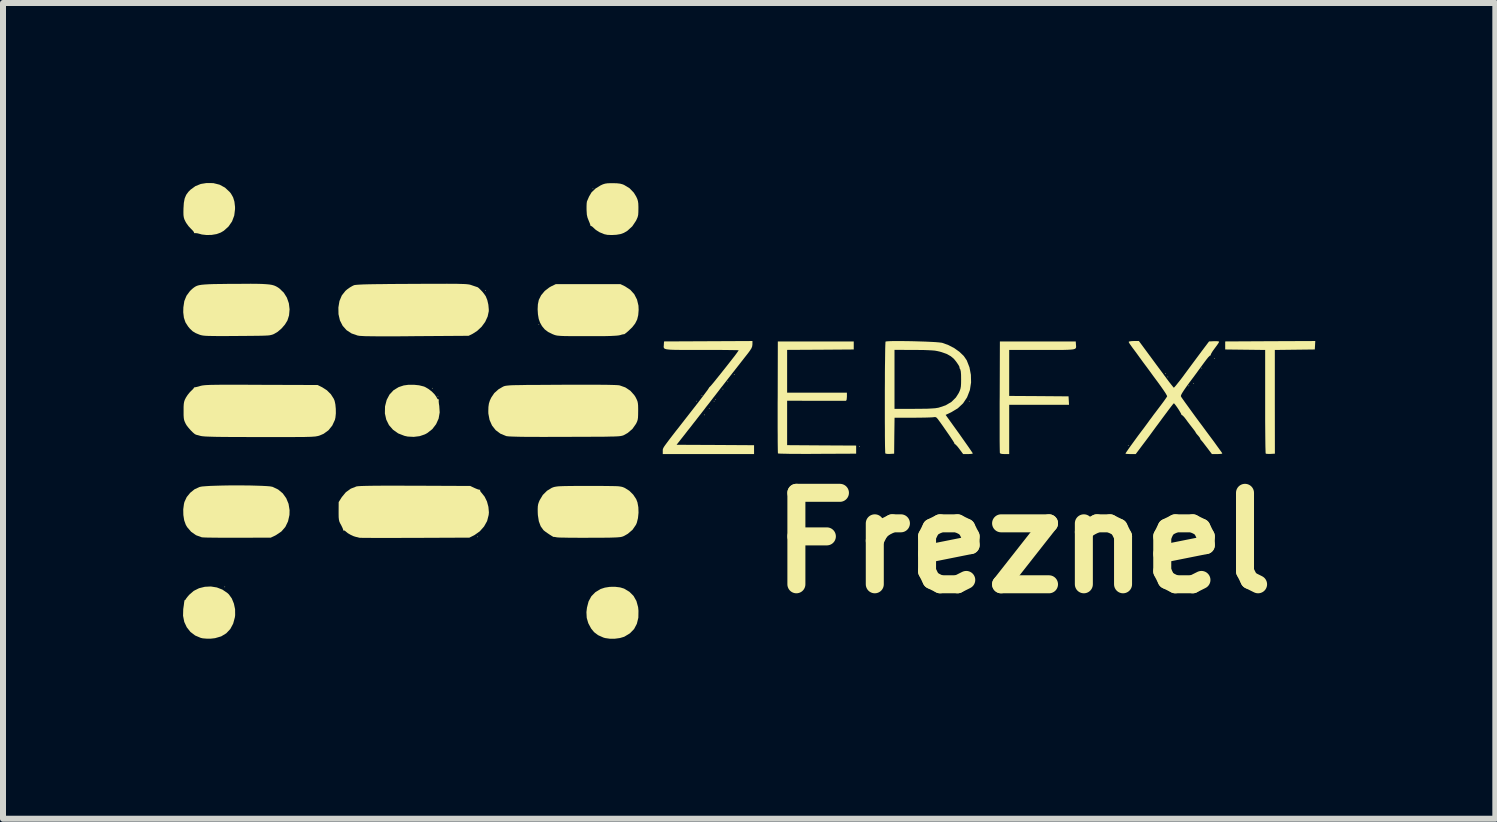
<source format=kicad_pcb>
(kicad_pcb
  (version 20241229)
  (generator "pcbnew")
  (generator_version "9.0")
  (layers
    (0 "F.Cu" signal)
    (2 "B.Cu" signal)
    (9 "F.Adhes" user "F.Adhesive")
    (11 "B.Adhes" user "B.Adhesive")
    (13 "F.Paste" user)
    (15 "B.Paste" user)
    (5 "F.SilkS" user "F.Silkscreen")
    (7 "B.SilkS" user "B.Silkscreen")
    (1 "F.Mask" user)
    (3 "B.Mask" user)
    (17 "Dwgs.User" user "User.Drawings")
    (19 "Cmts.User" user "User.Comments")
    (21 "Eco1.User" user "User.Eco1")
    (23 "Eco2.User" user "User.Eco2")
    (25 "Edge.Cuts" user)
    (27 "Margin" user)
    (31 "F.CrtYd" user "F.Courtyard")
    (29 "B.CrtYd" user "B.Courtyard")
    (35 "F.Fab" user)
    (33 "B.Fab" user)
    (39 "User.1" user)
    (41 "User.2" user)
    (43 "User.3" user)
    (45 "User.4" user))
  (footprint "Freznel"
    (layer "F.Cu")
    (at 9.675 3.964)
    (property "Reference" "Freznel" (at 4.318 2.032 0) (layer "F.SilkS") (effects (font (size 1.524 1.524) (thickness 0.3))))
    (attr board_only exclude_from_pos_files exclude_from_bom)
    (fp_poly (pts (xy -8.973 2.765) (xy -8.98 2.771) (xy -8.987 2.765) (xy -8.98 2.758)) (stroke (width 0) (type solid)) (fill yes) (layer "F.SilkS"))
    (fp_poly (pts (xy -5.516 -0.545) (xy -5.523 -0.538) (xy -5.529 -0.545) (xy -5.523 -0.552)) (stroke (width 0) (type solid)) (fill yes) (layer "F.SilkS"))
    (fp_poly (pts (xy -5.422 -0.41) (xy -5.428 -0.404) (xy -5.435 -0.41) (xy -5.428 -0.417)) (stroke (width 0) (type solid)) (fill yes) (layer "F.SilkS"))
    (fp_poly (pts (xy -4.763 1.931) (xy -4.769 1.937) (xy -4.776 1.931) (xy -4.769 1.924)) (stroke (width 0) (type solid)) (fill yes) (layer "F.SilkS"))
    (fp_poly (pts (xy -4.628 -2.173) (xy -4.635 -2.166) (xy -4.641 -2.173) (xy -4.635 -2.179)) (stroke (width 0) (type solid)) (fill yes) (layer "F.SilkS"))
    (fp_poly (pts (xy -3.74 -1.608) (xy -3.747 -1.601) (xy -3.753 -1.608) (xy -3.747 -1.614)) (stroke (width 0) (type solid)) (fill yes) (layer "F.SilkS"))
    (fp_poly (pts (xy -2.839 -3.868) (xy -2.845 -3.861) (xy -2.852 -3.868) (xy -2.845 -3.875)) (stroke (width 0) (type solid)) (fill yes) (layer "F.SilkS"))
    (fp_poly (pts (xy -1.117 -0.33) (xy -1.123 -0.323) (xy -1.13 -0.33) (xy -1.123 -0.336)) (stroke (width 0) (type solid)) (fill yes) (layer "F.SilkS"))
    (fp_poly (pts (xy -1.022 -0.424) (xy -1.029 -0.417) (xy -1.036 -0.424) (xy -1.029 -0.431)) (stroke (width 0) (type solid)) (fill yes) (layer "F.SilkS"))
    (fp_poly (pts (xy -0.982 -0.101) (xy -0.989 -0.094) (xy -0.996 -0.101) (xy -0.989 -0.108)) (stroke (width 0) (type solid)) (fill yes) (layer "F.SilkS"))
    (fp_poly (pts (xy -0.901 -0.209) (xy -0.908 -0.202) (xy -0.915 -0.209) (xy -0.908 -0.215)) (stroke (width 0) (type solid)) (fill yes) (layer "F.SilkS"))
    (fp_poly (pts (xy -0.821 -0.33) (xy -0.827 -0.323) (xy -0.834 -0.33) (xy -0.827 -0.336)) (stroke (width 0) (type solid)) (fill yes) (layer "F.SilkS"))
    (fp_poly (pts (xy -0.794 -0.357) (xy -0.8 -0.35) (xy -0.807 -0.357) (xy -0.8 -0.363)) (stroke (width 0) (type solid)) (fill yes) (layer "F.SilkS"))
    (fp_poly (pts (xy -0.673 -0.531) (xy -0.679 -0.525) (xy -0.686 -0.531) (xy -0.679 -0.538)) (stroke (width 0) (type solid)) (fill yes) (layer "F.SilkS"))
    (fp_poly (pts (xy -0.592 -0.652) (xy -0.599 -0.646) (xy -0.605 -0.652) (xy -0.599 -0.659)) (stroke (width 0) (type solid)) (fill yes) (layer "F.SilkS"))
    (fp_poly (pts (xy -0.484 -0.774) (xy -0.491 -0.767) (xy -0.498 -0.774) (xy -0.491 -0.78)) (stroke (width 0) (type solid)) (fill yes) (layer "F.SilkS"))
    (fp_poly (pts (xy 1.601 0.424) (xy 1.594 0.431) (xy 1.587 0.424) (xy 1.594 0.417)) (stroke (width 0) (type solid)) (fill yes) (layer "F.SilkS"))
    (fp_poly (pts (xy 3.431 -0.33) (xy 3.424 -0.323) (xy 3.417 -0.33) (xy 3.424 -0.336)) (stroke (width 0) (type solid)) (fill yes) (layer "F.SilkS"))
    (fp_poly (pts (xy 6.081 0.41) (xy 6.074 0.417) (xy 6.067 0.41) (xy 6.074 0.404)) (stroke (width 0) (type solid)) (fill yes) (layer "F.SilkS"))
    (fp_poly (pts (xy 6.7 -0.787) (xy 6.693 -0.78) (xy 6.686 -0.787) (xy 6.693 -0.794)) (stroke (width 0) (type solid)) (fill yes) (layer "F.SilkS"))
    (fp_poly (pts (xy 6.74 -0.733) (xy 6.733 -0.726) (xy 6.727 -0.733) (xy 6.733 -0.74)) (stroke (width 0) (type solid)) (fill yes) (layer "F.SilkS"))
    (fp_poly (pts (xy 7.09 -0.585) (xy 7.083 -0.578) (xy 7.076 -0.585) (xy 7.083 -0.592)) (stroke (width 0) (type solid)) (fill yes) (layer "F.SilkS"))
    (fp_poly (pts (xy 7.171 -0.626) (xy 7.164 -0.619) (xy 7.157 -0.626) (xy 7.164 -0.632)) (stroke (width 0) (type solid)) (fill yes) (layer "F.SilkS"))
    (fp_poly (pts (xy 7.305 -0.881) (xy 7.298 -0.874) (xy 7.292 -0.881) (xy 7.298 -0.888)) (stroke (width 0) (type solid)) (fill yes) (layer "F.SilkS"))
    (fp_poly (pts (xy 7.52 -1.043) (xy 7.514 -1.036) (xy 7.507 -1.043) (xy 7.514 -1.049)) (stroke (width 0) (type solid)) (fill yes) (layer "F.SilkS"))
    (fp_poly (pts (xy 9.186 -1.261) (xy 9.182 -1.191) (xy 8.516 -1.183) (xy 8.516 -0.319) (xy 8.517 0.545) (xy 8.445 0.549) (xy 8.403 0.549) (xy 8.373 0.547) (xy 8.364 0.543) (xy 8.362 0.528) (xy 8.361 0.489) (xy 8.359 0.427) (xy 8.358 0.346) (xy 8.357 0.246) (xy 8.356 0.131) (xy 8.355 0.003) (xy 8.355 -0.136) (xy 8.355 -0.284) (xy 8.355 -0.325) (xy 8.355 -1.183) (xy 8.022 -1.187) (xy 7.689 -1.191) (xy 7.689 -1.325) (xy 8.439 -1.329) (xy 9.19 -1.332)) (stroke (width 0) (type solid)) (fill yes) (layer "F.SilkS"))
    (fp_poly (pts (xy -2.393 2.773) (xy -2.327 2.793) (xy -2.237 2.847) (xy -2.169 2.915) (xy -2.121 3) (xy -2.093 3.102) (xy -2.087 3.162) (xy -2.089 3.278) (xy -2.114 3.38) (xy -2.16 3.467) (xy -2.229 3.538) (xy -2.318 3.592) (xy -2.326 3.596) (xy -2.396 3.617) (xy -2.479 3.628) (xy -2.566 3.628) (xy -2.644 3.617) (xy -2.673 3.608) (xy -2.76 3.569) (xy -2.826 3.519) (xy -2.876 3.458) (xy -2.923 3.37) (xy -2.949 3.281) (xy -2.954 3.185) (xy -2.945 3.11) (xy -2.918 3.006) (xy -2.872 2.921) (xy -2.805 2.853) (xy -2.718 2.8) (xy -2.647 2.777) (xy -2.564 2.764) (xy -2.476 2.763)) (stroke (width 0) (type solid)) (fill yes) (layer "F.SilkS"))
    (fp_poly (pts (xy 5.202 -1.278) (xy 5.204 -1.255) (xy 5.205 -1.236) (xy 5.203 -1.221) (xy 5.196 -1.209) (xy 5.181 -1.2) (xy 5.156 -1.193) (xy 5.118 -1.189) (xy 5.066 -1.186) (xy 4.997 -1.184) (xy 4.908 -1.184) (xy 4.797 -1.184) (xy 4.662 -1.184) (xy 4.641 -1.184) (xy 4.09 -1.184) (xy 4.09 -0.417) (xy 4.584 -0.414) (xy 5.079 -0.41) (xy 5.083 -0.34) (xy 5.087 -0.269) (xy 4.09 -0.269) (xy 4.09 0.552) (xy 4.015 0.552) (xy 3.966 0.549) (xy 3.939 0.54) (xy 3.935 0.535) (xy 3.934 0.519) (xy 3.933 0.478) (xy 3.932 0.415) (xy 3.931 0.332) (xy 3.931 0.23) (xy 3.931 0.113) (xy 3.931 -0.017) (xy 3.931 -0.159) (xy 3.931 -0.31) (xy 3.932 -0.404) (xy 3.935 -1.325) (xy 5.199 -1.325)) (stroke (width 0) (type solid)) (fill yes) (layer "F.SilkS"))
    (fp_poly (pts (xy -9.112 2.774) (xy -9.019 2.81) (xy -8.937 2.866) (xy -8.912 2.889) (xy -8.863 2.957) (xy -8.828 3.043) (xy -8.808 3.137) (xy -8.807 3.235) (xy -8.811 3.269) (xy -8.84 3.377) (xy -8.888 3.467) (xy -8.955 3.538) (xy -9.039 3.589) (xy -9.141 3.619) (xy -9.211 3.627) (xy -9.282 3.627) (xy -9.345 3.622) (xy -9.378 3.615) (xy -9.473 3.575) (xy -9.552 3.515) (xy -9.613 3.438) (xy -9.655 3.348) (xy -9.675 3.246) (xy -9.672 3.135) (xy -9.669 3.114) (xy -9.662 3.067) (xy -9.657 3.025) (xy -9.655 3.012) (xy -9.65 2.988) (xy -9.643 2.982) (xy -9.633 2.979) (xy -9.633 2.975) (xy -9.624 2.96) (xy -9.602 2.931) (xy -9.572 2.896) (xy -9.497 2.831) (xy -9.409 2.787) (xy -9.312 2.763) (xy -9.212 2.758)) (stroke (width 0) (type solid)) (fill yes) (layer "F.SilkS"))
    (fp_poly (pts (xy -5.741 -0.594) (xy -5.665 -0.575) (xy -5.644 -0.567) (xy -5.587 -0.534) (xy -5.531 -0.491) (xy -5.483 -0.442) (xy -5.451 -0.396) (xy -5.448 -0.388) (xy -5.433 -0.364) (xy -5.419 -0.358) (xy -5.418 -0.359) (xy -5.411 -0.359) (xy -5.413 -0.352) (xy -5.416 -0.332) (xy -5.413 -0.294) (xy -5.406 -0.25) (xy -5.399 -0.142) (xy -5.417 -0.039) (xy -5.459 0.054) (xy -5.522 0.136) (xy -5.606 0.202) (xy -5.645 0.223) (xy -5.732 0.253) (xy -5.831 0.265) (xy -5.931 0.26) (xy -5.986 0.248) (xy -6.091 0.207) (xy -6.177 0.146) (xy -6.244 0.069) (xy -6.289 -0.022) (xy -6.312 -0.125) (xy -6.31 -0.237) (xy -6.309 -0.246) (xy -6.282 -0.351) (xy -6.235 -0.44) (xy -6.168 -0.512) (xy -6.083 -0.564) (xy -5.998 -0.592) (xy -5.917 -0.603) (xy -5.828 -0.603)) (stroke (width 0) (type solid)) (fill yes) (layer "F.SilkS"))
    (fp_poly (pts (xy -9.171 -3.963) (xy -9.067 -3.937) (xy -8.976 -3.888) (xy -8.899 -3.816) (xy -8.877 -3.789) (xy -8.841 -3.726) (xy -8.819 -3.654) (xy -8.809 -3.567) (xy -8.809 -3.529) (xy -8.822 -3.423) (xy -8.859 -3.324) (xy -8.918 -3.239) (xy -8.996 -3.169) (xy -9.047 -3.139) (xy -9.115 -3.114) (xy -9.198 -3.1) (xy -9.283 -3.098) (xy -9.362 -3.107) (xy -9.39 -3.115) (xy -9.432 -3.126) (xy -9.465 -3.13) (xy -9.475 -3.129) (xy -9.491 -3.13) (xy -9.491 -3.135) (xy -9.496 -3.15) (xy -9.517 -3.176) (xy -9.544 -3.203) (xy -9.585 -3.247) (xy -9.622 -3.299) (xy -9.638 -3.328) (xy -9.654 -3.362) (xy -9.663 -3.394) (xy -9.668 -3.431) (xy -9.669 -3.48) (xy -9.668 -3.538) (xy -9.662 -3.633) (xy -9.648 -3.707) (xy -9.623 -3.767) (xy -9.585 -3.819) (xy -9.55 -3.854) (xy -9.469 -3.913) (xy -9.379 -3.949) (xy -9.286 -3.964)) (stroke (width 0) (type solid)) (fill yes) (layer "F.SilkS"))
    (fp_poly (pts (xy 1.5 -1.191) (xy 0.945 -1.187) (xy 0.39 -1.184) (xy 0.39 -0.471) (xy 1.386 -0.471) (xy 1.386 -0.404) (xy 1.382 -0.357) (xy 1.373 -0.337) (xy 1.369 -0.336) (xy 1.352 -0.336) (xy 1.311 -0.336) (xy 1.25 -0.336) (xy 1.171 -0.336) (xy 1.078 -0.336) (xy 0.974 -0.336) (xy 0.871 -0.336) (xy 0.39 -0.337) (xy 0.39 0.403) (xy 0.965 0.407) (xy 1.54 0.41) (xy 1.54 0.545) (xy 0.892 0.548) (xy 0.763 0.549) (xy 0.642 0.549) (xy 0.531 0.548) (xy 0.435 0.548) (xy 0.354 0.546) (xy 0.293 0.545) (xy 0.253 0.543) (xy 0.237 0.541) (xy 0.237 0.541) (xy 0.236 0.525) (xy 0.235 0.486) (xy 0.234 0.424) (xy 0.233 0.341) (xy 0.233 0.24) (xy 0.232 0.124) (xy 0.232 -0.006) (xy 0.232 -0.148) (xy 0.232 -0.299) (xy 0.233 -0.398) (xy 0.235 -1.325) (xy 1.5 -1.325)) (stroke (width 0) (type solid)) (fill yes) (layer "F.SilkS"))
    (fp_poly (pts (xy -8.675 1.074) (xy -8.562 1.075) (xy -8.457 1.078) (xy -8.363 1.081) (xy -8.284 1.085) (xy -8.224 1.09) (xy -8.187 1.097) (xy -8.183 1.098) (xy -8.091 1.142) (xy -8.014 1.206) (xy -7.956 1.287) (xy -7.917 1.381) (xy -7.9 1.486) (xy -7.902 1.566) (xy -7.926 1.673) (xy -7.971 1.766) (xy -8.037 1.842) (xy -8.125 1.901) (xy -8.139 1.909) (xy -8.213 1.944) (xy -8.765 1.946) (xy -8.886 1.946) (xy -9 1.946) (xy -9.104 1.945) (xy -9.195 1.944) (xy -9.27 1.943) (xy -9.325 1.941) (xy -9.358 1.939) (xy -9.364 1.938) (xy -9.458 1.904) (xy -9.54 1.847) (xy -9.606 1.77) (xy -9.629 1.731) (xy -9.656 1.656) (xy -9.67 1.567) (xy -9.672 1.473) (xy -9.66 1.383) (xy -9.652 1.35) (xy -9.614 1.268) (xy -9.555 1.196) (xy -9.483 1.138) (xy -9.402 1.101) (xy -9.396 1.099) (xy -9.359 1.092) (xy -9.298 1.087) (xy -9.219 1.082) (xy -9.125 1.079) (xy -9.02 1.076) (xy -8.907 1.074) (xy -8.791 1.074)) (stroke (width 0) (type solid)) (fill yes) (layer "F.SilkS"))
    (fp_poly (pts (xy -2.311 -2.243) (xy -2.224 -2.186) (xy -2.157 -2.112) (xy -2.111 -2.022) (xy -2.087 -1.921) (xy -2.084 -1.85) (xy -2.091 -1.763) (xy -2.109 -1.69) (xy -2.142 -1.624) (xy -2.191 -1.561) (xy -2.261 -1.494) (xy -2.299 -1.463) (xy -2.319 -1.448) (xy -2.327 -1.445) (xy -2.339 -1.445) (xy -2.368 -1.438) (xy -2.39 -1.431) (xy -2.413 -1.426) (xy -2.447 -1.422) (xy -2.493 -1.419) (xy -2.554 -1.416) (xy -2.632 -1.414) (xy -2.731 -1.413) (xy -2.852 -1.413) (xy -2.945 -1.413) (xy -3.073 -1.413) (xy -3.177 -1.413) (xy -3.261 -1.414) (xy -3.326 -1.415) (xy -3.376 -1.417) (xy -3.415 -1.42) (xy -3.444 -1.423) (xy -3.467 -1.428) (xy -3.487 -1.434) (xy -3.507 -1.442) (xy -3.515 -1.445) (xy -3.591 -1.482) (xy -3.648 -1.525) (xy -3.694 -1.58) (xy -3.728 -1.641) (xy -3.749 -1.701) (xy -3.762 -1.778) (xy -3.767 -1.861) (xy -3.763 -1.942) (xy -3.749 -2.01) (xy -3.748 -2.016) (xy -3.709 -2.094) (xy -3.649 -2.166) (xy -3.574 -2.224) (xy -3.541 -2.243) (xy -3.464 -2.28) (xy -2.388 -2.28)) (stroke (width 0) (type solid)) (fill yes) (layer "F.SilkS"))
    (fp_poly (pts (xy -2.445 -3.96) (xy -2.393 -3.954) (xy -2.352 -3.943) (xy -2.327 -3.933) (xy -2.236 -3.878) (xy -2.164 -3.803) (xy -2.126 -3.741) (xy -2.107 -3.7) (xy -2.096 -3.664) (xy -2.09 -3.624) (xy -2.088 -3.569) (xy -2.088 -3.54) (xy -2.089 -3.477) (xy -2.092 -3.432) (xy -2.101 -3.396) (xy -2.117 -3.359) (xy -2.128 -3.336) (xy -2.19 -3.243) (xy -2.271 -3.169) (xy -2.33 -3.134) (xy -2.385 -3.114) (xy -2.456 -3.102) (xy -2.533 -3.098) (xy -2.605 -3.101) (xy -2.657 -3.112) (xy -2.737 -3.145) (xy -2.798 -3.184) (xy -2.831 -3.214) (xy -2.857 -3.238) (xy -2.876 -3.249) (xy -2.88 -3.249) (xy -2.888 -3.253) (xy -2.888 -3.259) (xy -2.893 -3.28) (xy -2.907 -3.316) (xy -2.918 -3.342) (xy -2.936 -3.388) (xy -2.947 -3.437) (xy -2.951 -3.501) (xy -2.952 -3.524) (xy -2.952 -3.579) (xy -2.95 -3.625) (xy -2.946 -3.655) (xy -2.945 -3.659) (xy -2.934 -3.684) (xy -2.918 -3.721) (xy -2.912 -3.736) (xy -2.869 -3.809) (xy -2.802 -3.873) (xy -2.718 -3.925) (xy -2.679 -3.943) (xy -2.643 -3.954) (xy -2.602 -3.96) (xy -2.547 -3.962) (xy -2.516 -3.962)) (stroke (width 0) (type solid)) (fill yes) (layer "F.SilkS"))
    (fp_poly (pts (xy -8.444 -2.285) (xy -8.36 -2.283) (xy -8.292 -2.279) (xy -8.237 -2.274) (xy -8.194 -2.267) (xy -8.158 -2.257) (xy -8.128 -2.244) (xy -8.101 -2.229) (xy -8.074 -2.211) (xy -8.068 -2.206) (xy -7.997 -2.138) (xy -7.945 -2.055) (xy -7.912 -1.96) (xy -7.9 -1.86) (xy -7.909 -1.759) (xy -7.936 -1.674) (xy -7.977 -1.607) (xy -8.034 -1.541) (xy -8.099 -1.485) (xy -8.157 -1.451) (xy -8.174 -1.443) (xy -8.192 -1.437) (xy -8.211 -1.432) (xy -8.236 -1.427) (xy -8.268 -1.424) (xy -8.311 -1.422) (xy -8.367 -1.42) (xy -8.439 -1.419) (xy -8.53 -1.418) (xy -8.642 -1.417) (xy -8.778 -1.416) (xy -8.916 -1.415) (xy -9.03 -1.415) (xy -9.123 -1.415) (xy -9.196 -1.416) (xy -9.254 -1.417) (xy -9.299 -1.419) (xy -9.333 -1.422) (xy -9.359 -1.426) (xy -9.381 -1.431) (xy -9.399 -1.437) (xy -9.465 -1.464) (xy -9.516 -1.495) (xy -9.561 -1.538) (xy -9.591 -1.574) (xy -9.635 -1.643) (xy -9.661 -1.72) (xy -9.672 -1.811) (xy -9.67 -1.892) (xy -9.654 -1.997) (xy -9.618 -2.086) (xy -9.561 -2.163) (xy -9.543 -2.181) (xy -9.518 -2.204) (xy -9.494 -2.223) (xy -9.47 -2.239) (xy -9.443 -2.252) (xy -9.409 -2.262) (xy -9.366 -2.269) (xy -9.311 -2.274) (xy -9.242 -2.278) (xy -9.157 -2.281) (xy -9.051 -2.282) (xy -8.923 -2.284) (xy -8.821 -2.284) (xy -8.672 -2.285) (xy -8.548 -2.286)) (stroke (width 0) (type solid)) (fill yes) (layer "F.SilkS"))
    (fp_poly (pts (xy -5.924 1.079) (xy -5.805 1.079) (xy -4.89 1.083) (xy -4.814 1.119) (xy -4.773 1.136) (xy -4.741 1.146) (xy -4.728 1.146) (xy -4.724 1.146) (xy -4.726 1.152) (xy -4.723 1.17) (xy -4.704 1.195) (xy -4.7 1.199) (xy -4.65 1.262) (xy -4.611 1.342) (xy -4.587 1.432) (xy -4.579 1.523) (xy -4.583 1.567) (xy -4.609 1.668) (xy -4.66 1.759) (xy -4.731 1.839) (xy -4.82 1.902) (xy -4.84 1.912) (xy -4.904 1.944) (xy -5.819 1.948) (xy -5.974 1.948) (xy -6.12 1.949) (xy -6.256 1.949) (xy -6.38 1.949) (xy -6.489 1.949) (xy -6.582 1.948) (xy -6.655 1.948) (xy -6.707 1.947) (xy -6.736 1.946) (xy -6.741 1.946) (xy -6.757 1.94) (xy -6.788 1.933) (xy -6.791 1.933) (xy -6.833 1.92) (xy -6.883 1.897) (xy -6.931 1.869) (xy -6.965 1.841) (xy -6.968 1.837) (xy -6.989 1.824) (xy -7.001 1.825) (xy -7.009 1.827) (xy -7.007 1.824) (xy -7.008 1.807) (xy -7.021 1.776) (xy -7.04 1.737) (xy -7.059 1.703) (xy -7.071 1.675) (xy -7.078 1.645) (xy -7.082 1.606) (xy -7.083 1.552) (xy -7.083 1.507) (xy -7.082 1.352) (xy -7.03 1.269) (xy -6.963 1.188) (xy -6.88 1.128) (xy -6.783 1.09) (xy -6.781 1.09) (xy -6.755 1.087) (xy -6.708 1.084) (xy -6.638 1.082) (xy -6.544 1.08) (xy -6.427 1.079) (xy -6.285 1.078) (xy -6.118 1.078)) (stroke (width 0) (type solid)) (fill yes) (layer "F.SilkS"))
    (fp_poly (pts (xy -5.186 -2.285) (xy -5.11 -2.285) (xy -5.049 -2.283) (xy -5.001 -2.282) (xy -4.963 -2.28) (xy -4.933 -2.277) (xy -4.91 -2.274) (xy -4.891 -2.27) (xy -4.875 -2.265) (xy -4.861 -2.26) (xy -4.817 -2.245) (xy -4.784 -2.234) (xy -4.77 -2.23) (xy -4.751 -2.217) (xy -4.722 -2.189) (xy -4.688 -2.154) (xy -4.658 -2.116) (xy -4.635 -2.083) (xy -4.632 -2.079) (xy -4.606 -2.015) (xy -4.588 -1.937) (xy -4.581 -1.859) (xy -4.581 -1.829) (xy -4.6 -1.74) (xy -4.641 -1.651) (xy -4.701 -1.569) (xy -4.775 -1.5) (xy -4.85 -1.452) (xy -4.917 -1.419) (xy -5.803 -1.413) (xy -5.99 -1.411) (xy -6.153 -1.41) (xy -6.291 -1.41) (xy -6.408 -1.41) (xy -6.506 -1.411) (xy -6.585 -1.412) (xy -6.648 -1.413) (xy -6.697 -1.416) (xy -6.733 -1.418) (xy -6.758 -1.422) (xy -6.765 -1.423) (xy -6.867 -1.458) (xy -6.951 -1.513) (xy -7.016 -1.586) (xy -7.061 -1.675) (xy -7.085 -1.779) (xy -7.087 -1.89) (xy -7.069 -1.998) (xy -7.03 -2.091) (xy -6.97 -2.167) (xy -6.94 -2.193) (xy -6.895 -2.225) (xy -6.85 -2.251) (xy -6.824 -2.263) (xy -6.806 -2.266) (xy -6.776 -2.269) (xy -6.731 -2.272) (xy -6.669 -2.275) (xy -6.59 -2.277) (xy -6.492 -2.279) (xy -6.372 -2.28) (xy -6.231 -2.282) (xy -6.066 -2.283) (xy -5.876 -2.284) (xy -5.856 -2.284) (xy -5.677 -2.285) (xy -5.522 -2.285) (xy -5.39 -2.285) (xy -5.279 -2.286)) (stroke (width 0) (type solid)) (fill yes) (layer "F.SilkS"))
    (fp_poly (pts (xy -2.786 1.083) (xy -2.677 1.083) (xy -2.588 1.084) (xy -2.519 1.085) (xy -2.465 1.086) (xy -2.424 1.088) (xy -2.393 1.092) (xy -2.37 1.096) (xy -2.351 1.101) (xy -2.333 1.108) (xy -2.317 1.115) (xy -2.241 1.162) (xy -2.175 1.227) (xy -2.125 1.302) (xy -2.104 1.356) (xy -2.089 1.438) (xy -2.086 1.528) (xy -2.095 1.618) (xy -2.115 1.698) (xy -2.129 1.73) (xy -2.186 1.813) (xy -2.264 1.88) (xy -2.327 1.916) (xy -2.344 1.923) (xy -2.361 1.929) (xy -2.383 1.934) (xy -2.411 1.937) (xy -2.448 1.94) (xy -2.498 1.942) (xy -2.562 1.944) (xy -2.645 1.945) (xy -2.748 1.946) (xy -2.875 1.946) (xy -2.899 1.946) (xy -3.016 1.947) (xy -3.125 1.946) (xy -3.224 1.946) (xy -3.31 1.944) (xy -3.379 1.943) (xy -3.428 1.941) (xy -3.453 1.938) (xy -3.454 1.938) (xy -3.484 1.932) (xy -3.498 1.932) (xy -3.498 1.933) (xy -3.508 1.93) (xy -3.533 1.915) (xy -3.568 1.893) (xy -3.605 1.868) (xy -3.639 1.844) (xy -3.664 1.824) (xy -3.669 1.82) (xy -3.716 1.755) (xy -3.747 1.672) (xy -3.763 1.569) (xy -3.765 1.531) (xy -3.766 1.468) (xy -3.764 1.422) (xy -3.758 1.386) (xy -3.746 1.35) (xy -3.733 1.32) (xy -3.681 1.233) (xy -3.611 1.163) (xy -3.529 1.113) (xy -3.517 1.109) (xy -3.499 1.102) (xy -3.478 1.097) (xy -3.453 1.093) (xy -3.421 1.089) (xy -3.378 1.087) (xy -3.322 1.085) (xy -3.251 1.084) (xy -3.16 1.083) (xy -3.049 1.083) (xy -2.919 1.083)) (stroke (width 0) (type solid)) (fill yes) (layer "F.SilkS"))
    (fp_poly (pts (xy -2.841 -0.604) (xy -2.711 -0.603) (xy -2.605 -0.602) (xy -2.522 -0.6) (xy -2.459 -0.598) (xy -2.418 -0.595) (xy -2.399 -0.592) (xy -2.306 -0.559) (xy -2.223 -0.504) (xy -2.158 -0.432) (xy -2.136 -0.398) (xy -2.117 -0.36) (xy -2.104 -0.329) (xy -2.097 -0.297) (xy -2.093 -0.256) (xy -2.092 -0.2) (xy -2.092 -0.168) (xy -2.093 -0.101) (xy -2.095 -0.053) (xy -2.101 -0.017) (xy -2.111 0.013) (xy -2.127 0.046) (xy -2.128 0.048) (xy -2.187 0.132) (xy -2.266 0.2) (xy -2.327 0.234) (xy -2.339 0.24) (xy -2.352 0.244) (xy -2.368 0.248) (xy -2.389 0.252) (xy -2.416 0.255) (xy -2.452 0.257) (xy -2.499 0.259) (xy -2.558 0.26) (xy -2.633 0.262) (xy -2.723 0.263) (xy -2.833 0.263) (xy -2.963 0.264) (xy -3.117 0.264) (xy -3.294 0.265) (xy -3.31 0.265) (xy -3.503 0.265) (xy -3.671 0.266) (xy -3.815 0.265) (xy -3.937 0.265) (xy -4.038 0.264) (xy -4.12 0.262) (xy -4.185 0.26) (xy -4.234 0.258) (xy -4.268 0.255) (xy -4.29 0.252) (xy -4.292 0.251) (xy -4.387 0.212) (xy -4.466 0.153) (xy -4.527 0.076) (xy -4.568 -0.017) (xy -4.588 -0.123) (xy -4.589 -0.161) (xy -4.587 -0.233) (xy -4.579 -0.29) (xy -4.562 -0.343) (xy -4.539 -0.391) (xy -4.489 -0.465) (xy -4.417 -0.529) (xy -4.346 -0.57) (xy -4.334 -0.576) (xy -4.32 -0.581) (xy -4.304 -0.585) (xy -4.283 -0.588) (xy -4.255 -0.591) (xy -4.219 -0.594) (xy -4.171 -0.596) (xy -4.111 -0.597) (xy -4.036 -0.598) (xy -3.944 -0.6) (xy -3.832 -0.6) (xy -3.7 -0.601) (xy -3.545 -0.602) (xy -3.377 -0.603) (xy -3.172 -0.604) (xy -2.994 -0.604)) (stroke (width 0) (type solid)) (fill yes) (layer "F.SilkS"))
    (fp_poly (pts (xy -8.739 -0.604) (xy -8.585 -0.603) (xy -8.406 -0.603) (xy -8.373 -0.602) (xy -7.433 -0.599) (xy -7.356 -0.561) (xy -7.278 -0.511) (xy -7.212 -0.445) (xy -7.164 -0.37) (xy -7.15 -0.336) (xy -7.137 -0.276) (xy -7.13 -0.202) (xy -7.129 -0.126) (xy -7.136 -0.057) (xy -7.145 -0.018) (xy -7.189 0.077) (xy -7.252 0.155) (xy -7.333 0.214) (xy -7.396 0.241) (xy -7.413 0.247) (xy -7.43 0.251) (xy -7.45 0.255) (xy -7.474 0.259) (xy -7.504 0.261) (xy -7.544 0.264) (xy -7.593 0.265) (xy -7.656 0.267) (xy -7.733 0.267) (xy -7.827 0.268) (xy -7.94 0.268) (xy -8.073 0.268) (xy -8.23 0.268) (xy -8.398 0.268) (xy -8.585 0.268) (xy -8.748 0.267) (xy -8.887 0.267) (xy -9.005 0.266) (xy -9.103 0.265) (xy -9.184 0.263) (xy -9.248 0.261) (xy -9.298 0.259) (xy -9.336 0.256) (xy -9.364 0.253) (xy -9.383 0.249) (xy -9.384 0.249) (xy -9.423 0.238) (xy -9.452 0.231) (xy -9.459 0.229) (xy -9.48 0.218) (xy -9.511 0.192) (xy -9.548 0.155) (xy -9.584 0.114) (xy -9.615 0.074) (xy -9.63 0.049) (xy -9.646 0.015) (xy -9.657 -0.015) (xy -9.663 -0.05) (xy -9.666 -0.096) (xy -9.666 -0.162) (xy -9.666 -0.168) (xy -9.666 -0.236) (xy -9.663 -0.284) (xy -9.657 -0.319) (xy -9.647 -0.35) (xy -9.631 -0.382) (xy -9.63 -0.385) (xy -9.599 -0.433) (xy -9.561 -0.48) (xy -9.543 -0.498) (xy -9.514 -0.526) (xy -9.497 -0.546) (xy -9.494 -0.553) (xy -9.487 -0.56) (xy -9.481 -0.561) (xy -9.46 -0.564) (xy -9.422 -0.573) (xy -9.389 -0.583) (xy -9.373 -0.587) (xy -9.354 -0.591) (xy -9.331 -0.594) (xy -9.301 -0.597) (xy -9.262 -0.599) (xy -9.213 -0.601) (xy -9.151 -0.602) (xy -9.075 -0.603) (xy -8.982 -0.604) (xy -8.871 -0.604)) (stroke (width 0) (type solid)) (fill yes) (layer "F.SilkS"))
    (fp_poly (pts (xy -0.188 -1.278) (xy -0.192 -1.244) (xy -0.204 -1.212) (xy -0.229 -1.173) (xy -0.253 -1.14) (xy -0.28 -1.105) (xy -0.321 -1.053) (xy -0.371 -0.989) (xy -0.428 -0.916) (xy -0.489 -0.838) (xy -0.524 -0.794) (xy -0.588 -0.712) (xy -0.653 -0.628) (xy -0.716 -0.548) (xy -0.771 -0.476) (xy -0.816 -0.418) (xy -0.832 -0.398) (xy -0.878 -0.338) (xy -0.925 -0.277) (xy -0.967 -0.224) (xy -0.993 -0.189) (xy -1.033 -0.138) (xy -1.076 -0.083) (xy -1.104 -0.047) (xy -1.129 -0.014) (xy -1.168 0.035) (xy -1.215 0.096) (xy -1.267 0.161) (xy -1.304 0.209) (xy -1.452 0.397) (xy -0.807 0.4) (xy -0.161 0.404) (xy -0.161 0.552) (xy -1.682 0.552) (xy -1.682 0.5) (xy -1.682 0.489) (xy -1.682 0.48) (xy -1.68 0.47) (xy -1.676 0.458) (xy -1.668 0.442) (xy -1.655 0.421) (xy -1.635 0.393) (xy -1.607 0.355) (xy -1.571 0.307) (xy -1.525 0.247) (xy -1.467 0.172) (xy -1.396 0.082) (xy -1.312 -0.026) (xy -1.213 -0.153) (xy -1.191 -0.181) (xy -1.124 -0.267) (xy -1.063 -0.346) (xy -1.01 -0.416) (xy -0.967 -0.474) (xy -0.934 -0.518) (xy -0.916 -0.546) (xy -0.911 -0.554) (xy -0.905 -0.565) (xy -0.902 -0.565) (xy -0.892 -0.575) (xy -0.867 -0.603) (xy -0.831 -0.646) (xy -0.787 -0.701) (xy -0.736 -0.764) (xy -0.682 -0.832) (xy -0.627 -0.901) (xy -0.573 -0.97) (xy -0.523 -1.034) (xy -0.48 -1.089) (xy -0.447 -1.134) (xy -0.425 -1.165) (xy -0.417 -1.177) (xy -0.43 -1.179) (xy -0.467 -1.18) (xy -0.526 -1.181) (xy -0.604 -1.182) (xy -0.698 -1.183) (xy -0.806 -1.183) (xy -0.924 -1.184) (xy -1.035 -1.184) (xy -1.182 -1.184) (xy -1.305 -1.184) (xy -1.405 -1.184) (xy -1.486 -1.185) (xy -1.548 -1.187) (xy -1.594 -1.191) (xy -1.627 -1.196) (xy -1.648 -1.203) (xy -1.66 -1.212) (xy -1.666 -1.225) (xy -1.667 -1.24) (xy -1.665 -1.258) (xy -1.664 -1.278) (xy -1.661 -1.325) (xy -0.188 -1.332)) (stroke (width 0) (type solid)) (fill yes) (layer "F.SilkS"))
    (fp_poly (pts (xy 2.309 -1.331) (xy 2.404 -1.33) (xy 2.502 -1.328) (xy 2.601 -1.325) (xy 2.696 -1.322) (xy 2.783 -1.318) (xy 2.859 -1.314) (xy 2.919 -1.309) (xy 2.961 -1.304) (xy 2.973 -1.302) (xy 3.076 -1.265) (xy 3.174 -1.214) (xy 3.261 -1.152) (xy 3.333 -1.083) (xy 3.383 -1.01) (xy 3.384 -1.007) (xy 3.428 -0.894) (xy 3.452 -0.769) (xy 3.455 -0.642) (xy 3.436 -0.52) (xy 3.433 -0.509) (xy 3.388 -0.393) (xy 3.322 -0.294) (xy 3.234 -0.211) (xy 3.126 -0.146) (xy 3.12 -0.143) (xy 3.031 -0.101) (xy 3.258 0.215) (xy 3.315 0.296) (xy 3.368 0.371) (xy 3.413 0.435) (xy 3.448 0.486) (xy 3.473 0.523) (xy 3.484 0.54) (xy 3.484 0.541) (xy 3.472 0.547) (xy 3.44 0.55) (xy 3.404 0.552) (xy 3.323 0.552) (xy 3.261 0.468) (xy 3.23 0.428) (xy 3.204 0.4) (xy 3.189 0.387) (xy 3.187 0.387) (xy 3.178 0.381) (xy 3.178 0.378) (xy 3.175 0.367) (xy 3.16 0.342) (xy 3.134 0.302) (xy 3.096 0.245) (xy 3.044 0.17) (xy 2.978 0.075) (xy 2.927 0.004) (xy 2.898 -0.035) (xy 2.878 -0.057) (xy 2.859 -0.065) (xy 2.835 -0.064) (xy 2.826 -0.062) (xy 2.799 -0.06) (xy 2.749 -0.058) (xy 2.682 -0.056) (xy 2.602 -0.055) (xy 2.514 -0.054) (xy 2.479 -0.054) (xy 2.18 -0.054) (xy 2.176 0.246) (xy 2.173 0.545) (xy 2.103 0.549) (xy 2.062 0.549) (xy 2.034 0.545) (xy 2.026 0.54) (xy 2.024 0.524) (xy 2.023 0.484) (xy 2.021 0.422) (xy 2.02 0.342) (xy 2.019 0.245) (xy 2.019 0.135) (xy 2.018 0.014) (xy 2.018 -0.115) (xy 2.018 -0.249) (xy 2.018 -0.386) (xy 2.018 -0.523) (xy 2.019 -0.658) (xy 2.019 -0.787) (xy 2.02 -0.909) (xy 2.022 -1.02) (xy 2.023 -1.117) (xy 2.024 -1.185) (xy 2.179 -1.185) (xy 2.179 -0.202) (xy 2.506 -0.202) (xy 2.625 -0.203) (xy 2.722 -0.204) (xy 2.797 -0.208) (xy 2.856 -0.212) (xy 2.9 -0.219) (xy 2.916 -0.222) (xy 3.032 -0.261) (xy 3.127 -0.317) (xy 3.202 -0.391) (xy 3.25 -0.467) (xy 3.267 -0.504) (xy 3.278 -0.537) (xy 3.285 -0.574) (xy 3.288 -0.621) (xy 3.289 -0.687) (xy 3.289 -0.694) (xy 3.288 -0.77) (xy 3.284 -0.822) (xy 3.277 -0.854) (xy 3.271 -0.866) (xy 3.26 -0.883) (xy 3.262 -0.888) (xy 3.263 -0.897) (xy 3.251 -0.922) (xy 3.229 -0.956) (xy 3.203 -0.993) (xy 3.175 -1.027) (xy 3.17 -1.034) (xy 3.116 -1.079) (xy 3.048 -1.117) (xy 2.96 -1.148) (xy 2.926 -1.157) (xy 2.89 -1.165) (xy 2.851 -1.172) (xy 2.803 -1.176) (xy 2.743 -1.179) (xy 2.667 -1.182) (xy 2.571 -1.183) (xy 2.506 -1.183) (xy 2.179 -1.185) (xy 2.024 -1.185) (xy 2.024 -1.199) (xy 2.026 -1.262) (xy 2.028 -1.304) (xy 2.029 -1.322) (xy 2.03 -1.322) (xy 2.047 -1.326) (xy 2.088 -1.329) (xy 2.147 -1.331) (xy 2.223 -1.331)) (stroke (width 0) (type solid)) (fill yes) (layer "F.SilkS"))
    (fp_poly (pts (xy 6.378 -1.16) (xy 6.429 -1.091) (xy 6.491 -1.007) (xy 6.557 -0.917) (xy 6.622 -0.83) (xy 6.663 -0.774) (xy 6.712 -0.708) (xy 6.756 -0.649) (xy 6.793 -0.602) (xy 6.819 -0.57) (xy 6.832 -0.555) (xy 6.833 -0.554) (xy 6.844 -0.564) (xy 6.868 -0.591) (xy 6.903 -0.635) (xy 6.947 -0.69) (xy 6.996 -0.755) (xy 7.011 -0.776) (xy 7.071 -0.857) (xy 7.136 -0.945) (xy 7.2 -1.031) (xy 7.258 -1.109) (xy 7.298 -1.163) (xy 7.42 -1.325) (xy 7.504 -1.329) (xy 7.552 -1.329) (xy 7.581 -1.325) (xy 7.588 -1.319) (xy 7.58 -1.303) (xy 7.559 -1.271) (xy 7.529 -1.23) (xy 7.514 -1.21) (xy 7.482 -1.166) (xy 7.459 -1.129) (xy 7.448 -1.105) (xy 7.449 -1.1) (xy 7.449 -1.092) (xy 7.444 -1.094) (xy 7.432 -1.087) (xy 7.407 -1.062) (xy 7.375 -1.022) (xy 7.342 -0.978) (xy 7.303 -0.925) (xy 7.254 -0.858) (xy 7.198 -0.781) (xy 7.14 -0.703) (xy 7.097 -0.646) (xy 7.039 -0.566) (xy 6.997 -0.505) (xy 6.969 -0.461) (xy 6.954 -0.431) (xy 6.95 -0.413) (xy 6.951 -0.411) (xy 6.96 -0.395) (xy 6.984 -0.36) (xy 7.021 -0.308) (xy 7.069 -0.242) (xy 7.126 -0.163) (xy 7.19 -0.075) (xy 7.26 0.02) (xy 7.3 0.073) (xy 7.372 0.171) (xy 7.439 0.261) (xy 7.5 0.343) (xy 7.551 0.414) (xy 7.593 0.472) (xy 7.623 0.513) (xy 7.639 0.537) (xy 7.641 0.541) (xy 7.629 0.547) (xy 7.597 0.55) (xy 7.555 0.552) (xy 7.468 0.552) (xy 7.39 0.449) (xy 7.353 0.401) (xy 7.321 0.359) (xy 7.297 0.33) (xy 7.289 0.322) (xy 7.274 0.302) (xy 7.272 0.293) (xy 7.267 0.281) (xy 7.249 0.257) (xy 7.238 0.244) (xy 7.213 0.216) (xy 7.199 0.196) (xy 7.198 0.193) (xy 7.193 0.183) (xy 7.177 0.16) (xy 7.148 0.122) (xy 7.105 0.067) (xy 7.1 0.061) (xy 7.087 0.043) (xy 7.063 0.012) (xy 7.035 -0.027) (xy 7.006 -0.064) (xy 6.982 -0.089) (xy 6.968 -0.098) (xy 6.968 -0.098) (xy 6.958 -0.104) (xy 6.959 -0.107) (xy 6.953 -0.123) (xy 6.936 -0.153) (xy 6.912 -0.192) (xy 6.885 -0.232) (xy 6.86 -0.266) (xy 6.841 -0.289) (xy 6.834 -0.295) (xy 6.828 -0.289) (xy 6.812 -0.271) (xy 6.788 -0.24) (xy 6.752 -0.193) (xy 6.705 -0.13) (xy 6.644 -0.048) (xy 6.569 0.054) (xy 6.544 0.087) (xy 6.489 0.162) (xy 6.427 0.247) (xy 6.365 0.33) (xy 6.312 0.4) (xy 6.198 0.552) (xy 6.113 0.552) (xy 6.069 0.55) (xy 6.038 0.548) (xy 6.027 0.544) (xy 6.035 0.529) (xy 6.057 0.497) (xy 6.09 0.449) (xy 6.134 0.388) (xy 6.185 0.318) (xy 6.241 0.241) (xy 6.296 0.168) (xy 6.337 0.114) (xy 6.373 0.065) (xy 6.401 0.027) (xy 6.417 0.005) (xy 6.417 0.004) (xy 6.432 -0.016) (xy 6.46 -0.053) (xy 6.497 -0.104) (xy 6.542 -0.163) (xy 6.576 -0.208) (xy 6.622 -0.269) (xy 6.663 -0.324) (xy 6.695 -0.369) (xy 6.715 -0.399) (xy 6.722 -0.41) (xy 6.716 -0.426) (xy 6.696 -0.461) (xy 6.663 -0.511) (xy 6.619 -0.574) (xy 6.566 -0.647) (xy 6.549 -0.67) (xy 6.489 -0.751) (xy 6.428 -0.835) (xy 6.368 -0.916) (xy 6.315 -0.987) (xy 6.274 -1.044) (xy 6.269 -1.05) (xy 6.226 -1.11) (xy 6.184 -1.167) (xy 6.148 -1.215) (xy 6.125 -1.247) (xy 6.1 -1.282) (xy 6.084 -1.309) (xy 6.081 -1.319) (xy 6.093 -1.325) (xy 6.125 -1.33) (xy 6.166 -1.332) (xy 6.251 -1.332)) (stroke (width 0) (type solid)) (fill yes) (layer "F.SilkS")))
  (gr_rect
    (start -3 -3)
    (end 21.865 10.592)
    (stroke (width 0.1) (type default))
    (fill no)
    (layer "Edge.Cuts")))
</source>
